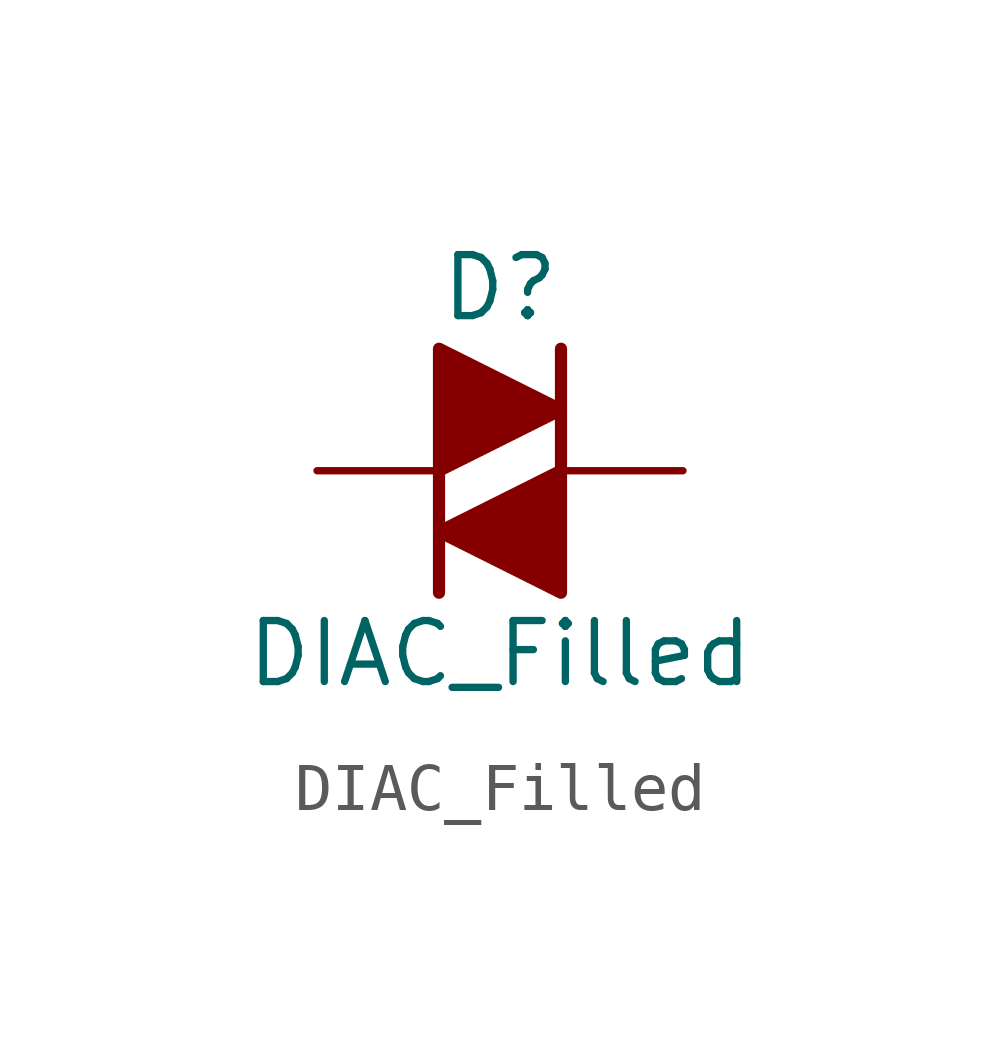
<source format=kicad_sym>
(kicad_symbol_lib
  (version 20241209)
  (generator "kicad_symbol_editor")
  (generator_version "9.0")
  (symbol "DIAC_Filled"
    (pin_numbers
      (hide yes))
    (pin_names
      (offset 1.016)
      (hide yes))
    (property "Reference" "D"
      (at 0 3.81 0)
      (effects (font (size 1.27 1.27))))
    (property "Value" "DIAC_Filled"
      (at 0 -3.81 0)
      (effects (font (size 1.27 1.27))))
    (symbol "DIAC_Filled_0_1"
      (polyline (pts (xy -1.27 -2.54) (xy -1.27 2.54) (xy 1.27 1.27) (xy -1.27 0)) (stroke (width 0.254) (type solid)) (fill (type outline)))
      (polyline (pts (xy 1.27 2.54) (xy 1.27 -2.54) (xy -1.27 -1.27) (xy 1.27 0)) (stroke (width 0.254) (type solid)) (fill (type outline))))
    (symbol "DIAC_Filled_1_1"
      (pin passive line (at -3.81 0 0) (length 2.54) (name "K" (effects (font (size 1.27 1.27)))) (number "1" (effects (font (size 1.27 1.27)))))
      (pin passive line (at 3.81 0 180) (length 2.54) (name "A" (effects (font (size 1.27 1.27)))) (number "2" (effects (font (size 1.27 1.27))))))))
</source>
